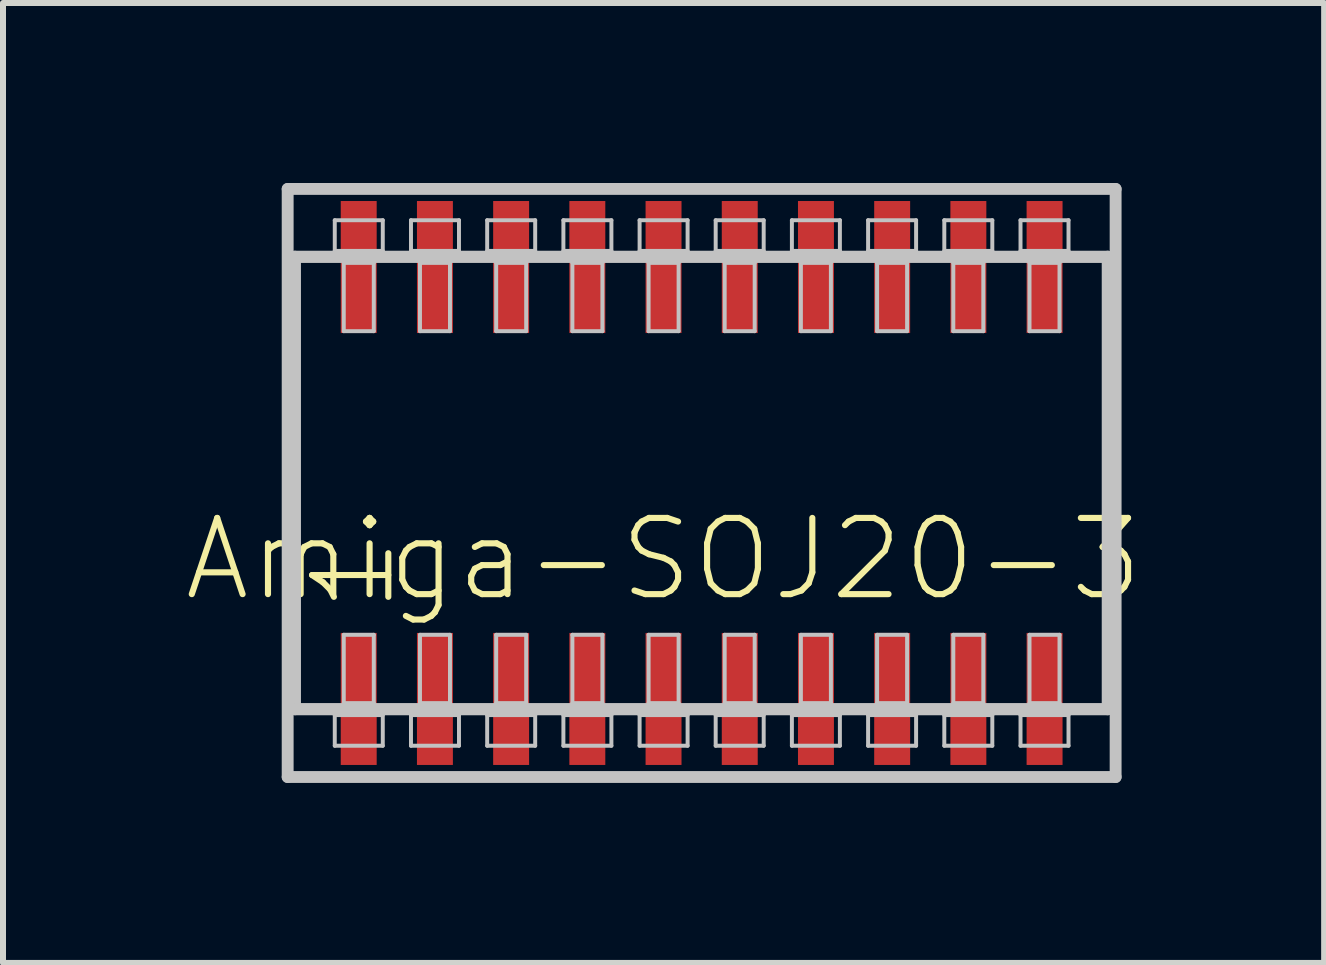
<source format=kicad_pcb>
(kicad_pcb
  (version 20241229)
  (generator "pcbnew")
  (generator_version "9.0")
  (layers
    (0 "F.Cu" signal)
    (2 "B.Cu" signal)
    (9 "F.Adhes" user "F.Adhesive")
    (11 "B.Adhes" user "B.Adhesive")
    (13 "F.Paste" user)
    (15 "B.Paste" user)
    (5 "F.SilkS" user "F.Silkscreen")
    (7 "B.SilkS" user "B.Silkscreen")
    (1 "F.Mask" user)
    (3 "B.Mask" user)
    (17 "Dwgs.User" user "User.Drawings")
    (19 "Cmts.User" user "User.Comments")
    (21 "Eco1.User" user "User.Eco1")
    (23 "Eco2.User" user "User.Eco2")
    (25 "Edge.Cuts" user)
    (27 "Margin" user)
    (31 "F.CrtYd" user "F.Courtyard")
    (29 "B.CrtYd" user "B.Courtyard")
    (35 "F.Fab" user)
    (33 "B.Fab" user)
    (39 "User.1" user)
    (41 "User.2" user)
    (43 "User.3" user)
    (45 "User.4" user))
  (footprint "Amiga-SOJ20-3"
    (layer "F.Cu")
    (at 8.643 4.999)
    (property "Reference" "Amiga-SOJ20-3" (at -0.635 1.27 0) (layer "F.SilkS") (effects (font (size 1.27 1.27) (thickness 0.102))))
    (attr smd)
    (fp_line (start -6.899 -4.9) (end 6.899 -4.9) (stroke (width 0.198) (type solid)) (layer "Dwgs.User"))
    (fp_line (start -6.899 4.9) (end -6.899 -4.9) (stroke (width 0.198) (type solid)) (layer "Dwgs.User"))
    (fp_line (start -6.779 -3.769) (end 6.769 -3.769) (stroke (width 0.203) (type solid)) (layer "Dwgs.User"))
    (fp_line (start -6.779 3.769) (end -6.779 -3.769) (stroke (width 0.203) (type solid)) (layer "Dwgs.User"))
    (fp_line (start -6.114 -4.379) (end -5.314 -4.379) (stroke (width 0.066) (type solid)) (layer "Dwgs.User"))
    (fp_line (start -6.114 -3.868) (end -6.114 -4.379) (stroke (width 0.066) (type solid)) (layer "Dwgs.User"))
    (fp_line (start -6.114 -3.868) (end -5.314 -3.868) (stroke (width 0.066) (type solid)) (layer "Dwgs.User"))
    (fp_line (start -6.114 3.868) (end -5.314 3.868) (stroke (width 0.066) (type solid)) (layer "Dwgs.User"))
    (fp_line (start -6.114 4.379) (end -6.114 3.868) (stroke (width 0.066) (type solid)) (layer "Dwgs.User"))
    (fp_line (start -6.114 4.379) (end -5.314 4.379) (stroke (width 0.066) (type solid)) (layer "Dwgs.User"))
    (fp_line (start -5.964 -3.668) (end -5.464 -3.668) (stroke (width 0.066) (type solid)) (layer "Dwgs.User"))
    (fp_line (start -5.964 -2.53) (end -5.964 -3.668) (stroke (width 0.066) (type solid)) (layer "Dwgs.User"))
    (fp_line (start -5.964 -2.53) (end -5.464 -2.53) (stroke (width 0.066) (type solid)) (layer "Dwgs.User"))
    (fp_line (start -5.964 2.53) (end -5.464 2.53) (stroke (width 0.066) (type solid)) (layer "Dwgs.User"))
    (fp_line (start -5.964 3.668) (end -5.964 2.53) (stroke (width 0.066) (type solid)) (layer "Dwgs.User"))
    (fp_line (start -5.964 3.668) (end -5.464 3.668) (stroke (width 0.066) (type solid)) (layer "Dwgs.User"))
    (fp_line (start -5.464 -2.53) (end -5.464 -3.668) (stroke (width 0.066) (type solid)) (layer "Dwgs.User"))
    (fp_line (start -5.464 3.668) (end -5.464 2.53) (stroke (width 0.066) (type solid)) (layer "Dwgs.User"))
    (fp_line (start -5.314 -3.868) (end -5.314 -4.379) (stroke (width 0.066) (type solid)) (layer "Dwgs.User"))
    (fp_line (start -5.314 4.379) (end -5.314 3.868) (stroke (width 0.066) (type solid)) (layer "Dwgs.User"))
    (fp_line (start -4.844 -4.379) (end -4.044 -4.379) (stroke (width 0.066) (type solid)) (layer "Dwgs.User"))
    (fp_line (start -4.844 -3.868) (end -4.844 -4.379) (stroke (width 0.066) (type solid)) (layer "Dwgs.User"))
    (fp_line (start -4.844 -3.868) (end -4.044 -3.868) (stroke (width 0.066) (type solid)) (layer "Dwgs.User"))
    (fp_line (start -4.844 3.868) (end -4.044 3.868) (stroke (width 0.066) (type solid)) (layer "Dwgs.User"))
    (fp_line (start -4.844 4.379) (end -4.844 3.868) (stroke (width 0.066) (type solid)) (layer "Dwgs.User"))
    (fp_line (start -4.844 4.379) (end -4.044 4.379) (stroke (width 0.066) (type solid)) (layer "Dwgs.User"))
    (fp_line (start -4.694 -3.668) (end -4.194 -3.668) (stroke (width 0.066) (type solid)) (layer "Dwgs.User"))
    (fp_line (start -4.694 -2.53) (end -4.694 -3.668) (stroke (width 0.066) (type solid)) (layer "Dwgs.User"))
    (fp_line (start -4.694 -2.53) (end -4.194 -2.53) (stroke (width 0.066) (type solid)) (layer "Dwgs.User"))
    (fp_line (start -4.694 2.53) (end -4.194 2.53) (stroke (width 0.066) (type solid)) (layer "Dwgs.User"))
    (fp_line (start -4.694 3.668) (end -4.694 2.53) (stroke (width 0.066) (type solid)) (layer "Dwgs.User"))
    (fp_line (start -4.694 3.668) (end -4.194 3.668) (stroke (width 0.066) (type solid)) (layer "Dwgs.User"))
    (fp_line (start -4.194 -2.53) (end -4.194 -3.668) (stroke (width 0.066) (type solid)) (layer "Dwgs.User"))
    (fp_line (start -4.194 3.668) (end -4.194 2.53) (stroke (width 0.066) (type solid)) (layer "Dwgs.User"))
    (fp_line (start -4.044 -3.868) (end -4.044 -4.379) (stroke (width 0.066) (type solid)) (layer "Dwgs.User"))
    (fp_line (start -4.044 4.379) (end -4.044 3.868) (stroke (width 0.066) (type solid)) (layer "Dwgs.User"))
    (fp_line (start -3.574 -4.379) (end -2.774 -4.379) (stroke (width 0.066) (type solid)) (layer "Dwgs.User"))
    (fp_line (start -3.574 -3.868) (end -3.574 -4.379) (stroke (width 0.066) (type solid)) (layer "Dwgs.User"))
    (fp_line (start -3.574 -3.868) (end -2.774 -3.868) (stroke (width 0.066) (type solid)) (layer "Dwgs.User"))
    (fp_line (start -3.574 3.868) (end -2.774 3.868) (stroke (width 0.066) (type solid)) (layer "Dwgs.User"))
    (fp_line (start -3.574 4.379) (end -3.574 3.868) (stroke (width 0.066) (type solid)) (layer "Dwgs.User"))
    (fp_line (start -3.574 4.379) (end -2.774 4.379) (stroke (width 0.066) (type solid)) (layer "Dwgs.User"))
    (fp_line (start -3.424 -3.668) (end -2.924 -3.668) (stroke (width 0.066) (type solid)) (layer "Dwgs.User"))
    (fp_line (start -3.424 -2.53) (end -3.424 -3.668) (stroke (width 0.066) (type solid)) (layer "Dwgs.User"))
    (fp_line (start -3.424 -2.53) (end -2.924 -2.53) (stroke (width 0.066) (type solid)) (layer "Dwgs.User"))
    (fp_line (start -3.424 2.53) (end -2.924 2.53) (stroke (width 0.066) (type solid)) (layer "Dwgs.User"))
    (fp_line (start -3.424 3.668) (end -3.424 2.53) (stroke (width 0.066) (type solid)) (layer "Dwgs.User"))
    (fp_line (start -3.424 3.668) (end -2.924 3.668) (stroke (width 0.066) (type solid)) (layer "Dwgs.User"))
    (fp_line (start -2.924 -2.53) (end -2.924 -3.668) (stroke (width 0.066) (type solid)) (layer "Dwgs.User"))
    (fp_line (start -2.924 3.668) (end -2.924 2.53) (stroke (width 0.066) (type solid)) (layer "Dwgs.User"))
    (fp_line (start -2.774 -3.868) (end -2.774 -4.379) (stroke (width 0.066) (type solid)) (layer "Dwgs.User"))
    (fp_line (start -2.774 4.379) (end -2.774 3.868) (stroke (width 0.066) (type solid)) (layer "Dwgs.User"))
    (fp_line (start -2.304 -4.379) (end -1.504 -4.379) (stroke (width 0.066) (type solid)) (layer "Dwgs.User"))
    (fp_line (start -2.304 -3.868) (end -2.304 -4.379) (stroke (width 0.066) (type solid)) (layer "Dwgs.User"))
    (fp_line (start -2.304 -3.868) (end -1.504 -3.868) (stroke (width 0.066) (type solid)) (layer "Dwgs.User"))
    (fp_line (start -2.304 3.868) (end -1.504 3.868) (stroke (width 0.066) (type solid)) (layer "Dwgs.User"))
    (fp_line (start -2.304 4.379) (end -2.304 3.868) (stroke (width 0.066) (type solid)) (layer "Dwgs.User"))
    (fp_line (start -2.304 4.379) (end -1.504 4.379) (stroke (width 0.066) (type solid)) (layer "Dwgs.User"))
    (fp_line (start -2.154 -3.668) (end -1.654 -3.668) (stroke (width 0.066) (type solid)) (layer "Dwgs.User"))
    (fp_line (start -2.154 -2.53) (end -2.154 -3.668) (stroke (width 0.066) (type solid)) (layer "Dwgs.User"))
    (fp_line (start -2.154 -2.53) (end -1.654 -2.53) (stroke (width 0.066) (type solid)) (layer "Dwgs.User"))
    (fp_line (start -2.154 2.53) (end -1.654 2.53) (stroke (width 0.066) (type solid)) (layer "Dwgs.User"))
    (fp_line (start -2.154 3.668) (end -2.154 2.53) (stroke (width 0.066) (type solid)) (layer "Dwgs.User"))
    (fp_line (start -2.154 3.668) (end -1.654 3.668) (stroke (width 0.066) (type solid)) (layer "Dwgs.User"))
    (fp_line (start -1.654 -2.53) (end -1.654 -3.668) (stroke (width 0.066) (type solid)) (layer "Dwgs.User"))
    (fp_line (start -1.654 3.668) (end -1.654 2.53) (stroke (width 0.066) (type solid)) (layer "Dwgs.User"))
    (fp_line (start -1.504 -3.868) (end -1.504 -4.379) (stroke (width 0.066) (type solid)) (layer "Dwgs.User"))
    (fp_line (start -1.504 4.379) (end -1.504 3.868) (stroke (width 0.066) (type solid)) (layer "Dwgs.User"))
    (fp_line (start -1.034 -4.379) (end -0.234 -4.379) (stroke (width 0.066) (type solid)) (layer "Dwgs.User"))
    (fp_line (start -1.034 -3.868) (end -1.034 -4.379) (stroke (width 0.066) (type solid)) (layer "Dwgs.User"))
    (fp_line (start -1.034 -3.868) (end -0.234 -3.868) (stroke (width 0.066) (type solid)) (layer "Dwgs.User"))
    (fp_line (start -1.034 3.868) (end -0.234 3.868) (stroke (width 0.066) (type solid)) (layer "Dwgs.User"))
    (fp_line (start -1.034 4.379) (end -1.034 3.868) (stroke (width 0.066) (type solid)) (layer "Dwgs.User"))
    (fp_line (start -1.034 4.379) (end -0.234 4.379) (stroke (width 0.066) (type solid)) (layer "Dwgs.User"))
    (fp_line (start -0.884 -3.668) (end -0.384 -3.668) (stroke (width 0.066) (type solid)) (layer "Dwgs.User"))
    (fp_line (start -0.884 -2.53) (end -0.884 -3.668) (stroke (width 0.066) (type solid)) (layer "Dwgs.User"))
    (fp_line (start -0.884 -2.53) (end -0.384 -2.53) (stroke (width 0.066) (type solid)) (layer "Dwgs.User"))
    (fp_line (start -0.884 2.53) (end -0.384 2.53) (stroke (width 0.066) (type solid)) (layer "Dwgs.User"))
    (fp_line (start -0.884 3.668) (end -0.884 2.53) (stroke (width 0.066) (type solid)) (layer "Dwgs.User"))
    (fp_line (start -0.884 3.668) (end -0.384 3.668) (stroke (width 0.066) (type solid)) (layer "Dwgs.User"))
    (fp_line (start -0.384 -2.53) (end -0.384 -3.668) (stroke (width 0.066) (type solid)) (layer "Dwgs.User"))
    (fp_line (start -0.384 3.668) (end -0.384 2.53) (stroke (width 0.066) (type solid)) (layer "Dwgs.User"))
    (fp_line (start -0.234 -3.868) (end -0.234 -4.379) (stroke (width 0.066) (type solid)) (layer "Dwgs.User"))
    (fp_line (start -0.234 4.379) (end -0.234 3.868) (stroke (width 0.066) (type solid)) (layer "Dwgs.User"))
    (fp_line (start 0.234 -4.379) (end 1.034 -4.379) (stroke (width 0.066) (type solid)) (layer "Dwgs.User"))
    (fp_line (start 0.234 -3.868) (end 0.234 -4.379) (stroke (width 0.066) (type solid)) (layer "Dwgs.User"))
    (fp_line (start 0.234 -3.868) (end 1.034 -3.868) (stroke (width 0.066) (type solid)) (layer "Dwgs.User"))
    (fp_line (start 0.234 3.868) (end 1.034 3.868) (stroke (width 0.066) (type solid)) (layer "Dwgs.User"))
    (fp_line (start 0.234 4.379) (end 0.234 3.868) (stroke (width 0.066) (type solid)) (layer "Dwgs.User"))
    (fp_line (start 0.234 4.379) (end 1.034 4.379) (stroke (width 0.066) (type solid)) (layer "Dwgs.User"))
    (fp_line (start 0.384 -3.668) (end 0.884 -3.668) (stroke (width 0.066) (type solid)) (layer "Dwgs.User"))
    (fp_line (start 0.384 -2.53) (end 0.384 -3.668) (stroke (width 0.066) (type solid)) (layer "Dwgs.User"))
    (fp_line (start 0.384 -2.53) (end 0.884 -2.53) (stroke (width 0.066) (type solid)) (layer "Dwgs.User"))
    (fp_line (start 0.384 2.53) (end 0.884 2.53) (stroke (width 0.066) (type solid)) (layer "Dwgs.User"))
    (fp_line (start 0.384 3.668) (end 0.384 2.53) (stroke (width 0.066) (type solid)) (layer "Dwgs.User"))
    (fp_line (start 0.384 3.668) (end 0.884 3.668) (stroke (width 0.066) (type solid)) (layer "Dwgs.User"))
    (fp_line (start 0.884 -2.53) (end 0.884 -3.668) (stroke (width 0.066) (type solid)) (layer "Dwgs.User"))
    (fp_line (start 0.884 3.668) (end 0.884 2.53) (stroke (width 0.066) (type solid)) (layer "Dwgs.User"))
    (fp_line (start 1.034 -3.868) (end 1.034 -4.379) (stroke (width 0.066) (type solid)) (layer "Dwgs.User"))
    (fp_line (start 1.034 4.379) (end 1.034 3.868) (stroke (width 0.066) (type solid)) (layer "Dwgs.User"))
    (fp_line (start 1.504 -4.379) (end 2.304 -4.379) (stroke (width 0.066) (type solid)) (layer "Dwgs.User"))
    (fp_line (start 1.504 -3.868) (end 1.504 -4.379) (stroke (width 0.066) (type solid)) (layer "Dwgs.User"))
    (fp_line (start 1.504 -3.868) (end 2.304 -3.868) (stroke (width 0.066) (type solid)) (layer "Dwgs.User"))
    (fp_line (start 1.504 3.868) (end 2.304 3.868) (stroke (width 0.066) (type solid)) (layer "Dwgs.User"))
    (fp_line (start 1.504 4.379) (end 1.504 3.868) (stroke (width 0.066) (type solid)) (layer "Dwgs.User"))
    (fp_line (start 1.504 4.379) (end 2.304 4.379) (stroke (width 0.066) (type solid)) (layer "Dwgs.User"))
    (fp_line (start 1.654 -3.668) (end 2.154 -3.668) (stroke (width 0.066) (type solid)) (layer "Dwgs.User"))
    (fp_line (start 1.654 -2.53) (end 1.654 -3.668) (stroke (width 0.066) (type solid)) (layer "Dwgs.User"))
    (fp_line (start 1.654 -2.53) (end 2.154 -2.53) (stroke (width 0.066) (type solid)) (layer "Dwgs.User"))
    (fp_line (start 1.654 2.53) (end 2.154 2.53) (stroke (width 0.066) (type solid)) (layer "Dwgs.User"))
    (fp_line (start 1.654 3.668) (end 1.654 2.53) (stroke (width 0.066) (type solid)) (layer "Dwgs.User"))
    (fp_line (start 1.654 3.668) (end 2.154 3.668) (stroke (width 0.066) (type solid)) (layer "Dwgs.User"))
    (fp_line (start 2.154 -2.53) (end 2.154 -3.668) (stroke (width 0.066) (type solid)) (layer "Dwgs.User"))
    (fp_line (start 2.154 3.668) (end 2.154 2.53) (stroke (width 0.066) (type solid)) (layer "Dwgs.User"))
    (fp_line (start 2.304 -3.868) (end 2.304 -4.379) (stroke (width 0.066) (type solid)) (layer "Dwgs.User"))
    (fp_line (start 2.304 4.379) (end 2.304 3.868) (stroke (width 0.066) (type solid)) (layer "Dwgs.User"))
    (fp_line (start 2.774 -4.379) (end 3.574 -4.379) (stroke (width 0.066) (type solid)) (layer "Dwgs.User"))
    (fp_line (start 2.774 -3.868) (end 2.774 -4.379) (stroke (width 0.066) (type solid)) (layer "Dwgs.User"))
    (fp_line (start 2.774 -3.868) (end 3.574 -3.868) (stroke (width 0.066) (type solid)) (layer "Dwgs.User"))
    (fp_line (start 2.774 3.868) (end 3.574 3.868) (stroke (width 0.066) (type solid)) (layer "Dwgs.User"))
    (fp_line (start 2.774 4.379) (end 2.774 3.868) (stroke (width 0.066) (type solid)) (layer "Dwgs.User"))
    (fp_line (start 2.774 4.379) (end 3.574 4.379) (stroke (width 0.066) (type solid)) (layer "Dwgs.User"))
    (fp_line (start 2.924 -3.668) (end 3.424 -3.668) (stroke (width 0.066) (type solid)) (layer "Dwgs.User"))
    (fp_line (start 2.924 -2.53) (end 2.924 -3.668) (stroke (width 0.066) (type solid)) (layer "Dwgs.User"))
    (fp_line (start 2.924 -2.53) (end 3.424 -2.53) (stroke (width 0.066) (type solid)) (layer "Dwgs.User"))
    (fp_line (start 2.924 2.53) (end 3.424 2.53) (stroke (width 0.066) (type solid)) (layer "Dwgs.User"))
    (fp_line (start 2.924 3.668) (end 2.924 2.53) (stroke (width 0.066) (type solid)) (layer "Dwgs.User"))
    (fp_line (start 2.924 3.668) (end 3.424 3.668) (stroke (width 0.066) (type solid)) (layer "Dwgs.User"))
    (fp_line (start 3.424 -2.53) (end 3.424 -3.668) (stroke (width 0.066) (type solid)) (layer "Dwgs.User"))
    (fp_line (start 3.424 3.668) (end 3.424 2.53) (stroke (width 0.066) (type solid)) (layer "Dwgs.User"))
    (fp_line (start 3.574 -3.868) (end 3.574 -4.379) (stroke (width 0.066) (type solid)) (layer "Dwgs.User"))
    (fp_line (start 3.574 4.379) (end 3.574 3.868) (stroke (width 0.066) (type solid)) (layer "Dwgs.User"))
    (fp_line (start 4.044 -4.379) (end 4.844 -4.379) (stroke (width 0.066) (type solid)) (layer "Dwgs.User"))
    (fp_line (start 4.044 -3.868) (end 4.044 -4.379) (stroke (width 0.066) (type solid)) (layer "Dwgs.User"))
    (fp_line (start 4.044 -3.868) (end 4.844 -3.868) (stroke (width 0.066) (type solid)) (layer "Dwgs.User"))
    (fp_line (start 4.044 3.868) (end 4.844 3.868) (stroke (width 0.066) (type solid)) (layer "Dwgs.User"))
    (fp_line (start 4.044 4.379) (end 4.044 3.868) (stroke (width 0.066) (type solid)) (layer "Dwgs.User"))
    (fp_line (start 4.044 4.379) (end 4.844 4.379) (stroke (width 0.066) (type solid)) (layer "Dwgs.User"))
    (fp_line (start 4.194 -3.668) (end 4.694 -3.668) (stroke (width 0.066) (type solid)) (layer "Dwgs.User"))
    (fp_line (start 4.194 -2.53) (end 4.194 -3.668) (stroke (width 0.066) (type solid)) (layer "Dwgs.User"))
    (fp_line (start 4.194 -2.53) (end 4.694 -2.53) (stroke (width 0.066) (type solid)) (layer "Dwgs.User"))
    (fp_line (start 4.194 2.53) (end 4.694 2.53) (stroke (width 0.066) (type solid)) (layer "Dwgs.User"))
    (fp_line (start 4.194 3.668) (end 4.194 2.53) (stroke (width 0.066) (type solid)) (layer "Dwgs.User"))
    (fp_line (start 4.194 3.668) (end 4.694 3.668) (stroke (width 0.066) (type solid)) (layer "Dwgs.User"))
    (fp_line (start 4.694 -2.53) (end 4.694 -3.668) (stroke (width 0.066) (type solid)) (layer "Dwgs.User"))
    (fp_line (start 4.694 3.668) (end 4.694 2.53) (stroke (width 0.066) (type solid)) (layer "Dwgs.User"))
    (fp_line (start 4.844 -3.868) (end 4.844 -4.379) (stroke (width 0.066) (type solid)) (layer "Dwgs.User"))
    (fp_line (start 4.844 4.379) (end 4.844 3.868) (stroke (width 0.066) (type solid)) (layer "Dwgs.User"))
    (fp_line (start 5.314 -4.379) (end 6.114 -4.379) (stroke (width 0.066) (type solid)) (layer "Dwgs.User"))
    (fp_line (start 5.314 -3.868) (end 5.314 -4.379) (stroke (width 0.066) (type solid)) (layer "Dwgs.User"))
    (fp_line (start 5.314 -3.868) (end 6.114 -3.868) (stroke (width 0.066) (type solid)) (layer "Dwgs.User"))
    (fp_line (start 5.314 3.868) (end 6.114 3.868) (stroke (width 0.066) (type solid)) (layer "Dwgs.User"))
    (fp_line (start 5.314 4.379) (end 5.314 3.868) (stroke (width 0.066) (type solid)) (layer "Dwgs.User"))
    (fp_line (start 5.314 4.379) (end 6.114 4.379) (stroke (width 0.066) (type solid)) (layer "Dwgs.User"))
    (fp_line (start 5.464 -3.668) (end 5.964 -3.668) (stroke (width 0.066) (type solid)) (layer "Dwgs.User"))
    (fp_line (start 5.464 -2.53) (end 5.464 -3.668) (stroke (width 0.066) (type solid)) (layer "Dwgs.User"))
    (fp_line (start 5.464 -2.53) (end 5.964 -2.53) (stroke (width 0.066) (type solid)) (layer "Dwgs.User"))
    (fp_line (start 5.464 2.53) (end 5.964 2.53) (stroke (width 0.066) (type solid)) (layer "Dwgs.User"))
    (fp_line (start 5.464 3.668) (end 5.464 2.53) (stroke (width 0.066) (type solid)) (layer "Dwgs.User"))
    (fp_line (start 5.464 3.668) (end 5.964 3.668) (stroke (width 0.066) (type solid)) (layer "Dwgs.User"))
    (fp_line (start 5.964 -2.53) (end 5.964 -3.668) (stroke (width 0.066) (type solid)) (layer "Dwgs.User"))
    (fp_line (start 5.964 3.668) (end 5.964 2.53) (stroke (width 0.066) (type solid)) (layer "Dwgs.User"))
    (fp_line (start 6.114 -3.868) (end 6.114 -4.379) (stroke (width 0.066) (type solid)) (layer "Dwgs.User"))
    (fp_line (start 6.114 4.379) (end 6.114 3.868) (stroke (width 0.066) (type solid)) (layer "Dwgs.User"))
    (fp_line (start 6.769 -3.769) (end 6.769 3.769) (stroke (width 0.203) (type solid)) (layer "Dwgs.User"))
    (fp_line (start 6.769 3.769) (end -6.779 3.769) (stroke (width 0.203) (type solid)) (layer "Dwgs.User"))
    (fp_line (start 6.899 -4.9) (end 6.899 4.9) (stroke (width 0.198) (type solid)) (layer "Dwgs.User"))
    (fp_line (start 6.899 4.9) (end -6.899 4.9) (stroke (width 0.198) (type solid)) (layer "Dwgs.User"))
    (fp_text user "1" (at -5.804 1.534 90) (layer "F.SilkS") (effects (font (size 1.27 1.27) (thickness 0.102))))
    (pad "1" smd rect (at -5.715 3.599) (size 0.599 2.2) (layers "F.Cu" "F.Mask" "F.Paste"))
    (pad "2" smd rect (at -4.445 3.599) (size 0.599 2.2) (layers "F.Cu" "F.Mask" "F.Paste"))
    (pad "3" smd rect (at -3.175 3.599) (size 0.599 2.2) (layers "F.Cu" "F.Mask" "F.Paste"))
    (pad "4" smd rect (at -1.905 3.599) (size 0.599 2.2) (layers "F.Cu" "F.Mask" "F.Paste"))
    (pad "5" smd rect (at -0.635 3.599) (size 0.599 2.2) (layers "F.Cu" "F.Mask" "F.Paste"))
    (pad "6" smd rect (at 0.635 3.599) (size 0.599 2.2) (layers "F.Cu" "F.Mask" "F.Paste"))
    (pad "7" smd rect (at 1.905 3.599) (size 0.599 2.2) (layers "F.Cu" "F.Mask" "F.Paste"))
    (pad "8" smd rect (at 3.175 3.599) (size 0.599 2.2) (layers "F.Cu" "F.Mask" "F.Paste"))
    (pad "9" smd rect (at 4.445 3.599) (size 0.599 2.2) (layers "F.Cu" "F.Mask" "F.Paste"))
    (pad "10" smd rect (at 5.715 3.599) (size 0.599 2.2) (layers "F.Cu" "F.Mask" "F.Paste"))
    (pad "11" smd rect (at 5.715 -3.599) (size 0.599 2.2) (layers "F.Cu" "F.Mask" "F.Paste"))
    (pad "12" smd rect (at 4.445 -3.599) (size 0.599 2.2) (layers "F.Cu" "F.Mask" "F.Paste"))
    (pad "13" smd rect (at 3.175 -3.599) (size 0.599 2.2) (layers "F.Cu" "F.Mask" "F.Paste"))
    (pad "14" smd rect (at 1.905 -3.599) (size 0.599 2.2) (layers "F.Cu" "F.Mask" "F.Paste"))
    (pad "15" smd rect (at 0.635 -3.599) (size 0.599 2.2) (layers "F.Cu" "F.Mask" "F.Paste"))
    (pad "16" smd rect (at -0.635 -3.599) (size 0.599 2.2) (layers "F.Cu" "F.Mask" "F.Paste"))
    (pad "17" smd rect (at -1.905 -3.599) (size 0.599 2.2) (layers "F.Cu" "F.Mask" "F.Paste"))
    (pad "18" smd rect (at -3.175 -3.599) (size 0.599 2.2) (layers "F.Cu" "F.Mask" "F.Paste"))
    (pad "19" smd rect (at -4.445 -3.599) (size 0.599 2.2) (layers "F.Cu" "F.Mask" "F.Paste"))
    (pad "20" smd rect (at -5.715 -3.599) (size 0.599 2.2) (layers "F.Cu" "F.Mask" "F.Paste")))
  (gr_rect
    (start -3 -3)
    (end 19.017 12.997)
    (stroke (width 0.1) (type default))
    (fill no)
    (layer "Edge.Cuts")))
</source>
